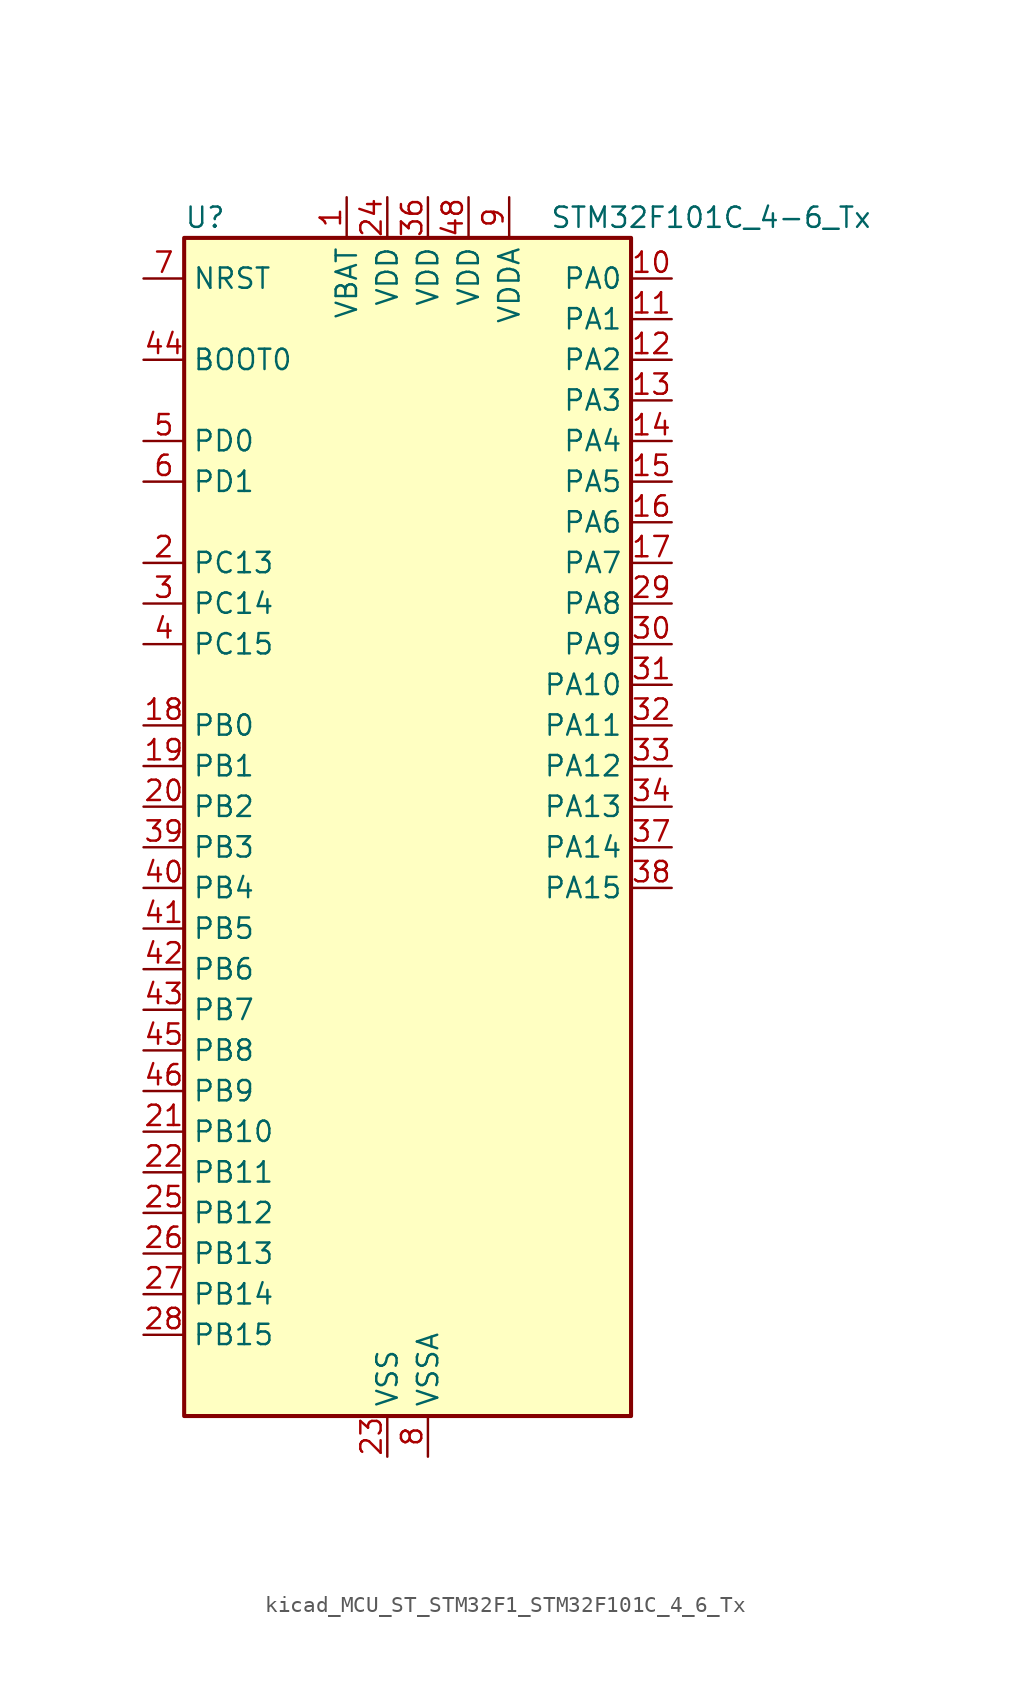
<source format=kicad_sym>
(kicad_symbol_lib
  (version 20220914)
  (generator kicad_symbol_editor)
  (symbol "kicad_MCU_ST_STM32F1_STM32F101C_4_6_Tx"
    (property "Reference" "U"
      (at -12.7 39.37 0)
      (effects (font (size 1.27 1.27)) (justify left)))
    (property "Value" "STM32F101C_4-6_Tx"
      (at 10.16 39.37 0)
      (effects (font (size 1.27 1.27)) (justify left)))
    (property "ki_locked" ""
      (at 0 0 0)
      (effects (font (size 1.27 1.27))))
    (symbol "kicad_MCU_ST_STM32F1_STM32F101C_4_6_Tx_0_1"
      (rectangle (start -12.7 -35.56) (end 15.24 38.1) (stroke (width 0.254) (type default)) (fill (type background))))
    (symbol "kicad_MCU_ST_STM32F1_STM32F101C_4_6_Tx_1_1"
      (pin power_in line (at -2.54 40.64 270) (length 2.54) (name "VBAT" (effects (font (size 1.27 1.27)))) (number "1" (effects (font (size 1.27 1.27)))))
      (pin bidirectional line (at 17.78 35.56 180) (length 2.54) (name "PA0" (effects (font (size 1.27 1.27)))) (number "10" (effects (font (size 1.27 1.27)))) (alternate "ADC1_IN0" bidirectional line) (alternate "SYS_WKUP" bidirectional line) (alternate "TIM2_CH1" bidirectional line) (alternate "TIM2_ETR" bidirectional line) (alternate "USART2_CTS" bidirectional line))
      (pin bidirectional line (at 17.78 33.02 180) (length 2.54) (name "PA1" (effects (font (size 1.27 1.27)))) (number "11" (effects (font (size 1.27 1.27)))) (alternate "ADC1_IN1" bidirectional line) (alternate "TIM2_CH2" bidirectional line) (alternate "USART2_RTS" bidirectional line))
      (pin bidirectional line (at 17.78 30.48 180) (length 2.54) (name "PA2" (effects (font (size 1.27 1.27)))) (number "12" (effects (font (size 1.27 1.27)))) (alternate "ADC1_IN2" bidirectional line) (alternate "TIM2_CH3" bidirectional line) (alternate "USART2_TX" bidirectional line))
      (pin bidirectional line (at 17.78 27.94 180) (length 2.54) (name "PA3" (effects (font (size 1.27 1.27)))) (number "13" (effects (font (size 1.27 1.27)))) (alternate "ADC1_IN3" bidirectional line) (alternate "TIM2_CH4" bidirectional line) (alternate "USART2_RX" bidirectional line))
      (pin bidirectional line (at 17.78 25.4 180) (length 2.54) (name "PA4" (effects (font (size 1.27 1.27)))) (number "14" (effects (font (size 1.27 1.27)))) (alternate "ADC1_IN4" bidirectional line) (alternate "SPI1_NSS" bidirectional line) (alternate "USART2_CK" bidirectional line))
      (pin bidirectional line (at 17.78 22.86 180) (length 2.54) (name "PA5" (effects (font (size 1.27 1.27)))) (number "15" (effects (font (size 1.27 1.27)))) (alternate "ADC1_IN5" bidirectional line) (alternate "SPI1_SCK" bidirectional line))
      (pin bidirectional line (at 17.78 20.32 180) (length 2.54) (name "PA6" (effects (font (size 1.27 1.27)))) (number "16" (effects (font (size 1.27 1.27)))) (alternate "ADC1_IN6" bidirectional line) (alternate "SPI1_MISO" bidirectional line) (alternate "TIM3_CH1" bidirectional line))
      (pin bidirectional line (at 17.78 17.78 180) (length 2.54) (name "PA7" (effects (font (size 1.27 1.27)))) (number "17" (effects (font (size 1.27 1.27)))) (alternate "ADC1_IN7" bidirectional line) (alternate "SPI1_MOSI" bidirectional line) (alternate "TIM3_CH2" bidirectional line))
      (pin bidirectional line (at -15.24 7.62 0) (length 2.54) (name "PB0" (effects (font (size 1.27 1.27)))) (number "18" (effects (font (size 1.27 1.27)))) (alternate "ADC1_IN8" bidirectional line) (alternate "TIM3_CH3" bidirectional line))
      (pin bidirectional line (at -15.24 5.08 0) (length 2.54) (name "PB1" (effects (font (size 1.27 1.27)))) (number "19" (effects (font (size 1.27 1.27)))) (alternate "ADC1_IN9" bidirectional line) (alternate "TIM3_CH4" bidirectional line))
      (pin bidirectional line (at -15.24 17.78 0) (length 2.54) (name "PC13" (effects (font (size 1.27 1.27)))) (number "2" (effects (font (size 1.27 1.27)))) (alternate "RTC_OUT" bidirectional line) (alternate "RTC_TAMPER" bidirectional line))
      (pin bidirectional line (at -15.24 2.54 0) (length 2.54) (name "PB2" (effects (font (size 1.27 1.27)))) (number "20" (effects (font (size 1.27 1.27)))))
      (pin bidirectional line (at -15.24 -17.78 0) (length 2.54) (name "PB10" (effects (font (size 1.27 1.27)))) (number "21" (effects (font (size 1.27 1.27)))) (alternate "TIM2_CH3" bidirectional line))
      (pin bidirectional line (at -15.24 -20.32 0) (length 2.54) (name "PB11" (effects (font (size 1.27 1.27)))) (number "22" (effects (font (size 1.27 1.27)))) (alternate "ADC1_EXTI11" bidirectional line) (alternate "TIM2_CH4" bidirectional line))
      (pin power_in line (at 0 -38.1 90) (length 2.54) (name "VSS" (effects (font (size 1.27 1.27)))) (number "23" (effects (font (size 1.27 1.27)))))
      (pin power_in line (at 0 40.64 270) (length 2.54) (name "VDD" (effects (font (size 1.27 1.27)))) (number "24" (effects (font (size 1.27 1.27)))))
      (pin bidirectional line (at -15.24 -22.86 0) (length 2.54) (name "PB12" (effects (font (size 1.27 1.27)))) (number "25" (effects (font (size 1.27 1.27)))))
      (pin bidirectional line (at -15.24 -25.4 0) (length 2.54) (name "PB13" (effects (font (size 1.27 1.27)))) (number "26" (effects (font (size 1.27 1.27)))))
      (pin bidirectional line (at -15.24 -27.94 0) (length 2.54) (name "PB14" (effects (font (size 1.27 1.27)))) (number "27" (effects (font (size 1.27 1.27)))))
      (pin bidirectional line (at -15.24 -30.48 0) (length 2.54) (name "PB15" (effects (font (size 1.27 1.27)))) (number "28" (effects (font (size 1.27 1.27)))) (alternate "ADC1_EXTI15" bidirectional line))
      (pin bidirectional line (at 17.78 15.24 180) (length 2.54) (name "PA8" (effects (font (size 1.27 1.27)))) (number "29" (effects (font (size 1.27 1.27)))) (alternate "RCC_MCO" bidirectional line) (alternate "USART1_CK" bidirectional line))
      (pin bidirectional line (at -15.24 15.24 0) (length 2.54) (name "PC14" (effects (font (size 1.27 1.27)))) (number "3" (effects (font (size 1.27 1.27)))) (alternate "RCC_OSC32_IN" bidirectional line))
      (pin bidirectional line (at 17.78 12.7 180) (length 2.54) (name "PA9" (effects (font (size 1.27 1.27)))) (number "30" (effects (font (size 1.27 1.27)))) (alternate "USART1_TX" bidirectional line))
      (pin bidirectional line (at 17.78 10.16 180) (length 2.54) (name "PA10" (effects (font (size 1.27 1.27)))) (number "31" (effects (font (size 1.27 1.27)))) (alternate "USART1_RX" bidirectional line))
      (pin bidirectional line (at 17.78 7.62 180) (length 2.54) (name "PA11" (effects (font (size 1.27 1.27)))) (number "32" (effects (font (size 1.27 1.27)))) (alternate "ADC1_EXTI11" bidirectional line) (alternate "USART1_CTS" bidirectional line))
      (pin bidirectional line (at 17.78 5.08 180) (length 2.54) (name "PA12" (effects (font (size 1.27 1.27)))) (number "33" (effects (font (size 1.27 1.27)))) (alternate "USART1_RTS" bidirectional line))
      (pin bidirectional line (at 17.78 2.54 180) (length 2.54) (name "PA13" (effects (font (size 1.27 1.27)))) (number "34" (effects (font (size 1.27 1.27)))) (alternate "SYS_JTMS-SWDIO" bidirectional line))
      (pin passive line (at 0 -38.1 90) (length 2.54) hide (name "VSS" (effects (font (size 1.27 1.27)))) (number "35" (effects (font (size 1.27 1.27)))))
      (pin power_in line (at 2.54 40.64 270) (length 2.54) (name "VDD" (effects (font (size 1.27 1.27)))) (number "36" (effects (font (size 1.27 1.27)))))
      (pin bidirectional line (at 17.78 0 180) (length 2.54) (name "PA14" (effects (font (size 1.27 1.27)))) (number "37" (effects (font (size 1.27 1.27)))) (alternate "SYS_JTCK-SWCLK" bidirectional line))
      (pin bidirectional line (at 17.78 -2.54 180) (length 2.54) (name "PA15" (effects (font (size 1.27 1.27)))) (number "38" (effects (font (size 1.27 1.27)))) (alternate "ADC1_EXTI15" bidirectional line) (alternate "SPI1_NSS" bidirectional line) (alternate "SYS_JTDI" bidirectional line) (alternate "TIM2_CH1" bidirectional line) (alternate "TIM2_ETR" bidirectional line))
      (pin bidirectional line (at -15.24 0 0) (length 2.54) (name "PB3" (effects (font (size 1.27 1.27)))) (number "39" (effects (font (size 1.27 1.27)))) (alternate "SPI1_SCK" bidirectional line) (alternate "SYS_JTDO-TRACESWO" bidirectional line) (alternate "TIM2_CH2" bidirectional line))
      (pin bidirectional line (at -15.24 12.7 0) (length 2.54) (name "PC15" (effects (font (size 1.27 1.27)))) (number "4" (effects (font (size 1.27 1.27)))) (alternate "ADC1_EXTI15" bidirectional line) (alternate "RCC_OSC32_OUT" bidirectional line))
      (pin bidirectional line (at -15.24 -2.54 0) (length 2.54) (name "PB4" (effects (font (size 1.27 1.27)))) (number "40" (effects (font (size 1.27 1.27)))) (alternate "SPI1_MISO" bidirectional line) (alternate "SYS_NJTRST" bidirectional line) (alternate "TIM3_CH1" bidirectional line))
      (pin bidirectional line (at -15.24 -5.08 0) (length 2.54) (name "PB5" (effects (font (size 1.27 1.27)))) (number "41" (effects (font (size 1.27 1.27)))) (alternate "I2C1_SMBA" bidirectional line) (alternate "SPI1_MOSI" bidirectional line) (alternate "TIM3_CH2" bidirectional line))
      (pin bidirectional line (at -15.24 -7.62 0) (length 2.54) (name "PB6" (effects (font (size 1.27 1.27)))) (number "42" (effects (font (size 1.27 1.27)))) (alternate "I2C1_SCL" bidirectional line) (alternate "USART1_TX" bidirectional line))
      (pin bidirectional line (at -15.24 -10.16 0) (length 2.54) (name "PB7" (effects (font (size 1.27 1.27)))) (number "43" (effects (font (size 1.27 1.27)))) (alternate "I2C1_SDA" bidirectional line) (alternate "USART1_RX" bidirectional line))
      (pin input line (at -15.24 30.48 0) (length 2.54) (name "BOOT0" (effects (font (size 1.27 1.27)))) (number "44" (effects (font (size 1.27 1.27)))))
      (pin bidirectional line (at -15.24 -12.7 0) (length 2.54) (name "PB8" (effects (font (size 1.27 1.27)))) (number "45" (effects (font (size 1.27 1.27)))) (alternate "I2C1_SCL" bidirectional line))
      (pin bidirectional line (at -15.24 -15.24 0) (length 2.54) (name "PB9" (effects (font (size 1.27 1.27)))) (number "46" (effects (font (size 1.27 1.27)))) (alternate "I2C1_SDA" bidirectional line))
      (pin passive line (at 0 -38.1 90) (length 2.54) hide (name "VSS" (effects (font (size 1.27 1.27)))) (number "47" (effects (font (size 1.27 1.27)))))
      (pin power_in line (at 5.08 40.64 270) (length 2.54) (name "VDD" (effects (font (size 1.27 1.27)))) (number "48" (effects (font (size 1.27 1.27)))))
      (pin bidirectional line (at -15.24 25.4 0) (length 2.54) (name "PD0" (effects (font (size 1.27 1.27)))) (number "5" (effects (font (size 1.27 1.27)))) (alternate "RCC_OSC_IN" bidirectional line))
      (pin bidirectional line (at -15.24 22.86 0) (length 2.54) (name "PD1" (effects (font (size 1.27 1.27)))) (number "6" (effects (font (size 1.27 1.27)))) (alternate "RCC_OSC_OUT" bidirectional line))
      (pin input line (at -15.24 35.56 0) (length 2.54) (name "NRST" (effects (font (size 1.27 1.27)))) (number "7" (effects (font (size 1.27 1.27)))))
      (pin power_in line (at 2.54 -38.1 90) (length 2.54) (name "VSSA" (effects (font (size 1.27 1.27)))) (number "8" (effects (font (size 1.27 1.27)))))
      (pin power_in line (at 7.62 40.64 270) (length 2.54) (name "VDDA" (effects (font (size 1.27 1.27)))) (number "9" (effects (font (size 1.27 1.27))))))))
</source>
